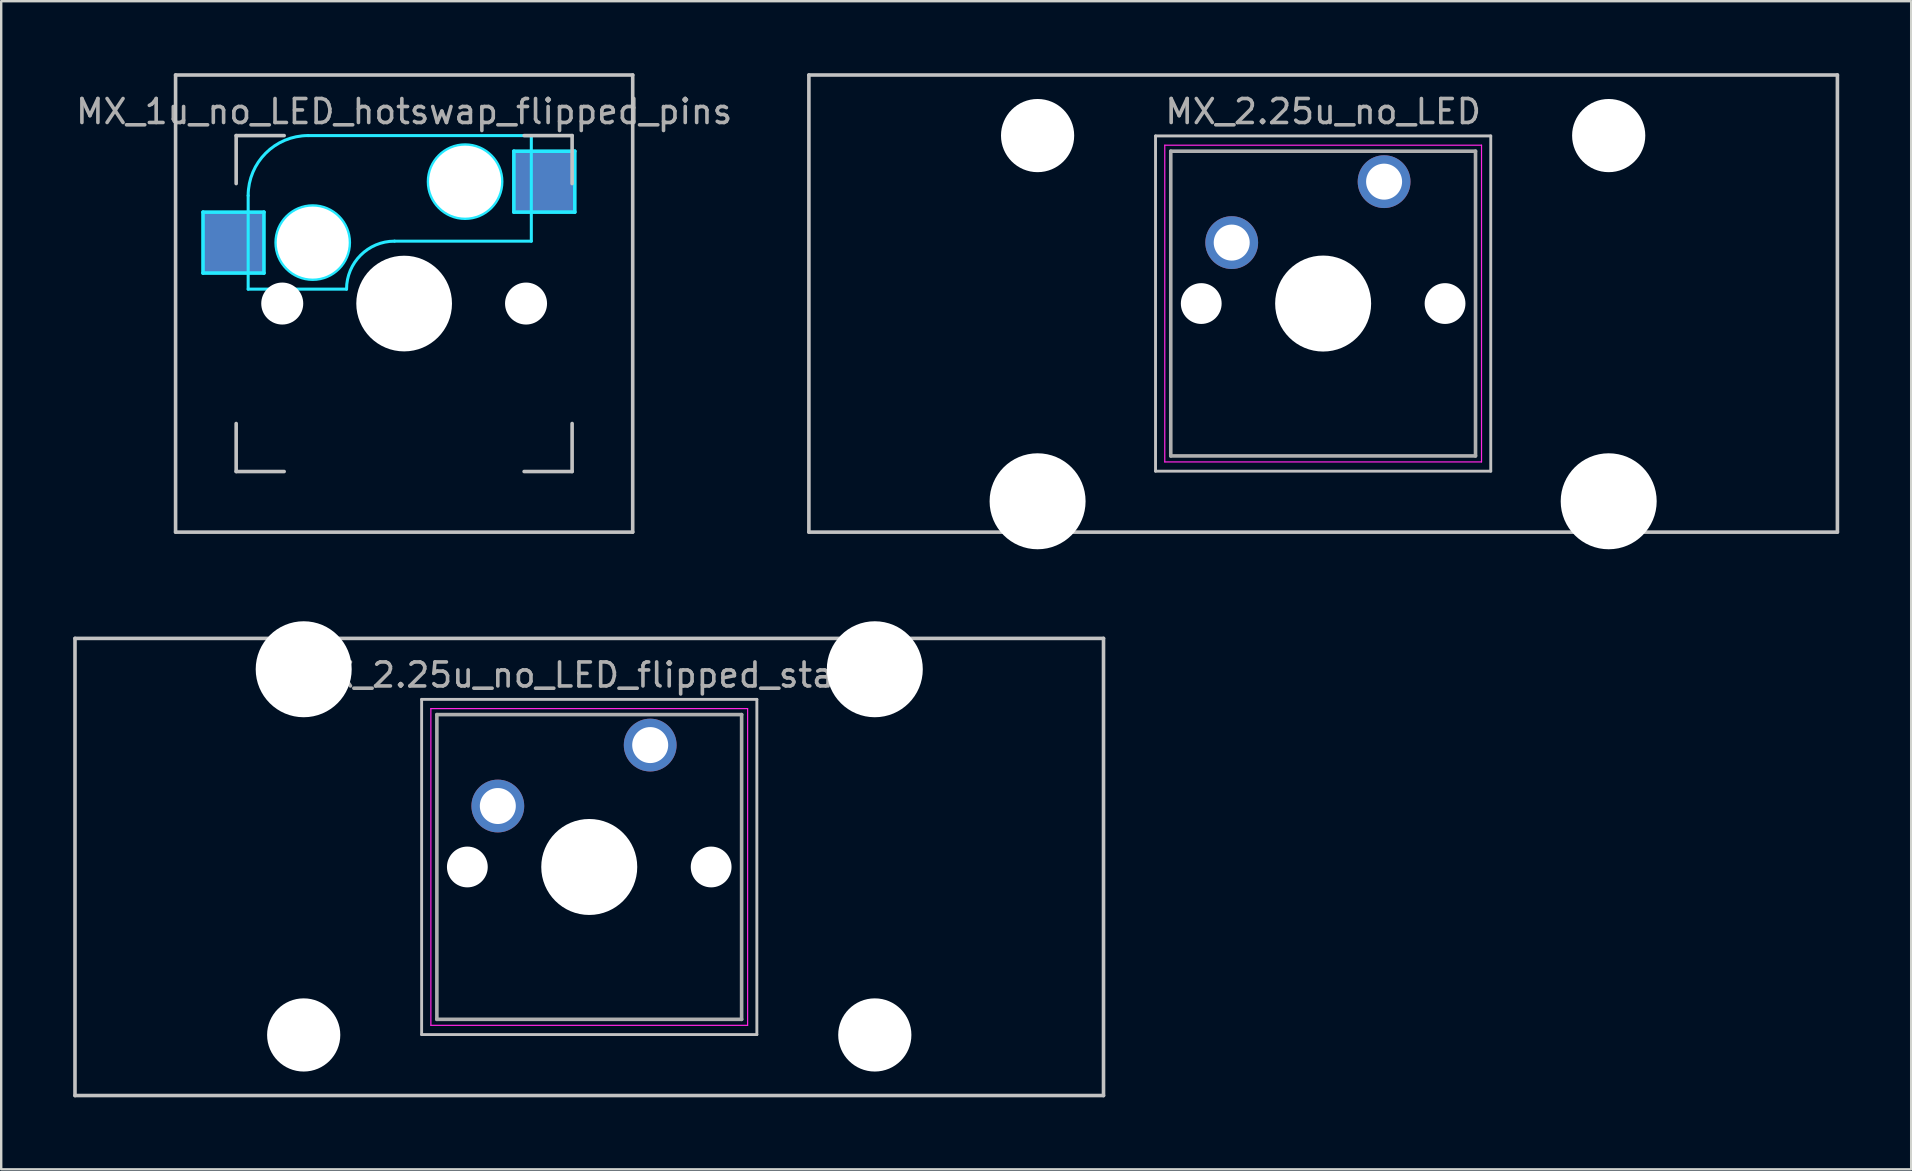
<source format=kicad_pcb>
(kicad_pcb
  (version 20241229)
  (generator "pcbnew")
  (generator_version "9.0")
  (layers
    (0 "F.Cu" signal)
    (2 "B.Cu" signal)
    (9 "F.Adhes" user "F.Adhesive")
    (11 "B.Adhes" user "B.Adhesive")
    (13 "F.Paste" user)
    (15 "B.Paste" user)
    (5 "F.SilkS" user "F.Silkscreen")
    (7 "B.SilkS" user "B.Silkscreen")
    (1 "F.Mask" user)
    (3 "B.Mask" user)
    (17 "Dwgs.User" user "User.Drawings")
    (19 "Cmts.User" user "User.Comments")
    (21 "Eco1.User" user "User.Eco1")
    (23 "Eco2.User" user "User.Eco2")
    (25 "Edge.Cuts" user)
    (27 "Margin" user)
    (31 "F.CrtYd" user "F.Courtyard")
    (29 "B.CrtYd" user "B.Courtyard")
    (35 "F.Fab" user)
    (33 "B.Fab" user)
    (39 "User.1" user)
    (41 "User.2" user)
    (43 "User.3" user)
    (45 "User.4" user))
  (footprint "MX_2.25u_no_LED_flipped_stabs"
    (layer "F.Cu")
    (at 21.506 33.08)
    (property "Reference" "MX_2.25u_no_LED_flipped_stabs" (at 0 -8 0) (layer "F.Fab") (effects (font (size 1 1) (thickness 0.15))))
    (attr through_hole)
    (fp_line (start -21.431 -9.525) (end 21.431 -9.525) (stroke (width 0.15) (type solid)) (layer "Dwgs.User"))
    (fp_line (start -21.431 9.525) (end -21.431 -9.525) (stroke (width 0.15) (type solid)) (layer "Dwgs.User"))
    (fp_line (start -6.985 -6.985) (end 6.985 -6.985) (stroke (width 0.12) (type solid)) (layer "Dwgs.User"))
    (fp_line (start -6.985 6.985) (end -6.985 -6.985) (stroke (width 0.12) (type solid)) (layer "Dwgs.User"))
    (fp_line (start 6.985 -6.985) (end 6.985 6.985) (stroke (width 0.12) (type solid)) (layer "Dwgs.User"))
    (fp_line (start 6.985 6.985) (end -6.985 6.985) (stroke (width 0.12) (type solid)) (layer "Dwgs.User"))
    (fp_line (start 21.431 -9.525) (end 21.431 9.525) (stroke (width 0.15) (type solid)) (layer "Dwgs.User"))
    (fp_line (start 21.431 9.525) (end -21.431 9.525) (stroke (width 0.15) (type solid)) (layer "Dwgs.User"))
    (fp_line (start -6.6 -6.6) (end 6.6 -6.6) (stroke (width 0.05) (type solid)) (layer "F.CrtYd"))
    (fp_line (start -6.6 6.6) (end -6.6 -6.6) (stroke (width 0.05) (type solid)) (layer "F.CrtYd"))
    (fp_line (start 6.6 -6.6) (end 6.6 6.6) (stroke (width 0.05) (type solid)) (layer "F.CrtYd"))
    (fp_line (start 6.6 6.6) (end -6.6 6.6) (stroke (width 0.05) (type solid)) (layer "F.CrtYd"))
    (fp_line (start -6.35 -6.35) (end 6.35 -6.35) (stroke (width 0.15) (type solid)) (layer "F.Fab"))
    (fp_line (start -6.35 6.35) (end -6.35 -6.35) (stroke (width 0.15) (type solid)) (layer "F.Fab"))
    (fp_line (start 6.35 -6.35) (end 6.35 6.35) (stroke (width 0.15) (type solid)) (layer "F.Fab"))
    (fp_line (start 6.35 6.35) (end -6.35 6.35) (stroke (width 0.15) (type solid)) (layer "F.Fab"))
    (pad "" np_thru_hole circle (at -11.9 -8.24 180) (size 4 4) (drill 4) (layers "*.Cu" "*.Mask"))
    (pad "" np_thru_hole circle (at -11.9 7 180) (size 3.05 3.05) (drill 3.05) (layers "*.Cu" "*.Mask"))
    (pad "" np_thru_hole circle (at -5.08 0) (size 1.7 1.7) (drill 1.7) (layers "*.Cu" "*.Mask"))
    (pad "" np_thru_hole circle (at 0 0 180) (size 4 4) (drill 4) (layers "*.Cu" "*.Mask"))
    (pad "" np_thru_hole circle (at 5.08 0) (size 1.7 1.7) (drill 1.7) (layers "*.Cu" "*.Mask"))
    (pad "" np_thru_hole circle (at 11.9 -8.24 180) (size 4 4) (drill 4) (layers "*.Cu" "*.Mask"))
    (pad "" np_thru_hole circle (at 11.9 7 180) (size 3.05 3.05) (drill 3.05) (layers "*.Cu" "*.Mask"))
    (pad "1" thru_hole circle (at 2.54 -5.08) (size 2.2 2.2) (drill 1.5) (layers "*.Cu" "*.Mask"))
    (pad "2" thru_hole circle (at -3.81 -2.54) (size 2.2 2.2) (drill 1.5) (layers "*.Cu" "*.Mask")))
  (footprint "MX_2.25u_no_LED"
    (layer "F.Cu")
    (at 52.09 9.6)
    (property "Reference" "MX_2.25u_no_LED" (at 0 -8 0) (layer "F.Fab") (effects (font (size 1 1) (thickness 0.15))))
    (attr through_hole)
    (fp_line (start -21.431 -9.525) (end 21.431 -9.525) (stroke (width 0.15) (type solid)) (layer "Dwgs.User"))
    (fp_line (start -21.431 9.525) (end -21.431 -9.525) (stroke (width 0.15) (type solid)) (layer "Dwgs.User"))
    (fp_line (start -6.985 -6.985) (end 6.985 -6.985) (stroke (width 0.12) (type solid)) (layer "Dwgs.User"))
    (fp_line (start -6.985 6.985) (end -6.985 -6.985) (stroke (width 0.12) (type solid)) (layer "Dwgs.User"))
    (fp_line (start 6.985 -6.985) (end 6.985 6.985) (stroke (width 0.12) (type solid)) (layer "Dwgs.User"))
    (fp_line (start 6.985 6.985) (end -6.985 6.985) (stroke (width 0.12) (type solid)) (layer "Dwgs.User"))
    (fp_line (start 21.431 -9.525) (end 21.431 9.525) (stroke (width 0.15) (type solid)) (layer "Dwgs.User"))
    (fp_line (start 21.431 9.525) (end -21.431 9.525) (stroke (width 0.15) (type solid)) (layer "Dwgs.User"))
    (fp_line (start -6.6 -6.6) (end 6.6 -6.6) (stroke (width 0.05) (type solid)) (layer "F.CrtYd"))
    (fp_line (start -6.6 6.6) (end -6.6 -6.6) (stroke (width 0.05) (type solid)) (layer "F.CrtYd"))
    (fp_line (start 6.6 -6.6) (end 6.6 6.6) (stroke (width 0.05) (type solid)) (layer "F.CrtYd"))
    (fp_line (start 6.6 6.6) (end -6.6 6.6) (stroke (width 0.05) (type solid)) (layer "F.CrtYd"))
    (fp_line (start -6.35 -6.35) (end 6.35 -6.35) (stroke (width 0.15) (type solid)) (layer "F.Fab"))
    (fp_line (start -6.35 6.35) (end -6.35 -6.35) (stroke (width 0.15) (type solid)) (layer "F.Fab"))
    (fp_line (start 6.35 -6.35) (end 6.35 6.35) (stroke (width 0.15) (type solid)) (layer "F.Fab"))
    (fp_line (start 6.35 6.35) (end -6.35 6.35) (stroke (width 0.15) (type solid)) (layer "F.Fab"))
    (pad "" np_thru_hole circle (at -11.9 -7) (size 3.05 3.05) (drill 3.05) (layers "*.Cu" "*.Mask"))
    (pad "" np_thru_hole circle (at -11.9 8.24) (size 4 4) (drill 4) (layers "*.Cu" "*.Mask"))
    (pad "" np_thru_hole circle (at -5.08 0) (size 1.7 1.7) (drill 1.7) (layers "*.Cu" "*.Mask"))
    (pad "" np_thru_hole circle (at 0 0) (size 4 4) (drill 4) (layers "*.Cu" "*.Mask"))
    (pad "" np_thru_hole circle (at 5.08 0) (size 1.7 1.7) (drill 1.7) (layers "*.Cu" "*.Mask"))
    (pad "" np_thru_hole circle (at 11.9 -7) (size 3.05 3.05) (drill 3.05) (layers "*.Cu" "*.Mask"))
    (pad "" np_thru_hole circle (at 11.9 8.24) (size 4 4) (drill 4) (layers "*.Cu" "*.Mask"))
    (pad "1" thru_hole circle (at 2.54 -5.08) (size 2.2 2.2) (drill 1.5) (layers "*.Cu" "*.Mask"))
    (pad "2" thru_hole circle (at -3.81 -2.54) (size 2.2 2.2) (drill 1.5) (layers "*.Cu" "*.Mask")))
  (footprint "MX_1u_no_LED_hotswap_flipped_pins"
    (layer "F.Cu")
    (at 13.792 9.6)
    (property "Reference" "MX_1u_no_LED_hotswap_flipped_pins" (at 0 -8 0) (layer "F.Fab") (effects (font (size 1 1) (thickness 0.15))))
    (attr through_hole)
    (fp_line (start -9.525 -9.525) (end 9.525 -9.525) (stroke (width 0.15) (type solid)) (layer "Dwgs.User"))
    (fp_line (start -9.525 9.525) (end -9.525 -9.525) (stroke (width 0.15) (type solid)) (layer "Dwgs.User"))
    (fp_line (start -7 -7) (end -7 -5) (stroke (width 0.15) (type solid)) (layer "Dwgs.User"))
    (fp_line (start -7 5) (end -7 7) (stroke (width 0.15) (type solid)) (layer "Dwgs.User"))
    (fp_line (start -7 7) (end -5 7) (stroke (width 0.15) (type solid)) (layer "Dwgs.User"))
    (fp_line (start -5 -7) (end -7 -7) (stroke (width 0.15) (type solid)) (layer "Dwgs.User"))
    (fp_line (start 5 -7) (end 7 -7) (stroke (width 0.15) (type solid)) (layer "Dwgs.User"))
    (fp_line (start 5 7) (end 7 7) (stroke (width 0.15) (type solid)) (layer "Dwgs.User"))
    (fp_line (start 7 -7) (end 7 -5) (stroke (width 0.15) (type solid)) (layer "Dwgs.User"))
    (fp_line (start 7 7) (end 7 5) (stroke (width 0.15) (type solid)) (layer "Dwgs.User"))
    (fp_line (start 9.525 -9.525) (end 9.525 9.525) (stroke (width 0.15) (type solid)) (layer "Dwgs.User"))
    (fp_line (start 9.525 9.525) (end -9.525 9.525) (stroke (width 0.15) (type solid)) (layer "Dwgs.User"))
    (fp_line (start -8.382 -3.81) (end -8.382 -1.27) (stroke (width 0.15) (type solid)) (layer "B.CrtYd"))
    (fp_line (start -8.382 -1.27) (end -5.842 -1.27) (stroke (width 0.15) (type solid)) (layer "B.CrtYd"))
    (fp_line (start -6.5 -4.5) (end -6.5 -0.6) (stroke (width 0.127) (type solid)) (layer "B.CrtYd"))
    (fp_line (start -6.5 -0.6) (end -2.4 -0.6) (stroke (width 0.127) (type solid)) (layer "B.CrtYd"))
    (fp_line (start -5.842 -3.81) (end -8.382 -3.81) (stroke (width 0.15) (type solid)) (layer "B.CrtYd"))
    (fp_line (start -5.842 -1.27) (end -5.842 -3.81) (stroke (width 0.15) (type solid)) (layer "B.CrtYd"))
    (fp_line (start -0.4 -2.6) (end 5.3 -2.6) (stroke (width 0.127) (type solid)) (layer "B.CrtYd"))
    (fp_line (start 4.572 -6.35) (end 7.112 -6.35) (stroke (width 0.15) (type solid)) (layer "B.CrtYd"))
    (fp_line (start 4.572 -3.81) (end 4.572 -6.35) (stroke (width 0.15) (type solid)) (layer "B.CrtYd"))
    (fp_line (start 5.3 -7) (end -4 -7) (stroke (width 0.127) (type solid)) (layer "B.CrtYd"))
    (fp_line (start 5.3 -7) (end 5.3 -2.6) (stroke (width 0.127) (type solid)) (layer "B.CrtYd"))
    (fp_line (start 7.112 -6.35) (end 7.112 -3.81) (stroke (width 0.15) (type solid)) (layer "B.CrtYd"))
    (fp_line (start 7.112 -3.81) (end 4.572 -3.81) (stroke (width 0.15) (type solid)) (layer "B.CrtYd"))
    (fp_arc (start -6.5 -4.5) (mid -5.767767 -6.267767) (end -4 -7) (stroke (width 0.127) (type solid)) (layer "B.CrtYd"))
    (fp_arc (start -2.4 -0.6) (mid -1.814214 -2.014214) (end -0.4 -2.6) (stroke (width 0.127) (type solid)) (layer "B.CrtYd"))
    (fp_circle (center -3.81 -2.54) (end -3.81 -4.064) (stroke (width 0.15) (type solid)) (fill no) (layer "B.CrtYd"))
    (fp_circle (center 2.54 -5.08) (end 2.54 -6.604) (stroke (width 0.15) (type solid)) (fill no) (layer "B.CrtYd"))
    (pad "" np_thru_hole circle (at -5.08 0 48.1) (size 1.75 1.75) (drill 1.75) (layers "*.Cu" "*.Mask"))
    (pad "" np_thru_hole circle (at -3.81 -2.54) (size 3 3) (drill 3) (layers "*.Cu" "*.Mask"))
    (pad "" np_thru_hole circle (at 0 0) (size 3.988 3.988) (drill 3.988) (layers "*.Cu" "*.Mask"))
    (pad "" np_thru_hole circle (at 2.54 -5.08) (size 3 3) (drill 3) (layers "*.Cu" "*.Mask"))
    (pad "" np_thru_hole circle (at 5.08 0 48.1) (size 1.75 1.75) (drill 1.75) (layers "*.Cu" "*.Mask"))
    (pad "1" smd rect (at -7.085 -2.54) (size 2.55 2.5) (layers "B.Cu" "B.Mask" "B.Paste"))
    (pad "2" smd rect (at 5.842 -5.08) (size 2.55 2.5) (layers "B.Cu" "B.Mask" "B.Paste")))
  (gr_rect
    (start -3 -3)
    (end 76.596 45.68)
    (stroke (width 0.1) (type default))
    (fill no)
    (layer "Edge.Cuts")))
</source>
